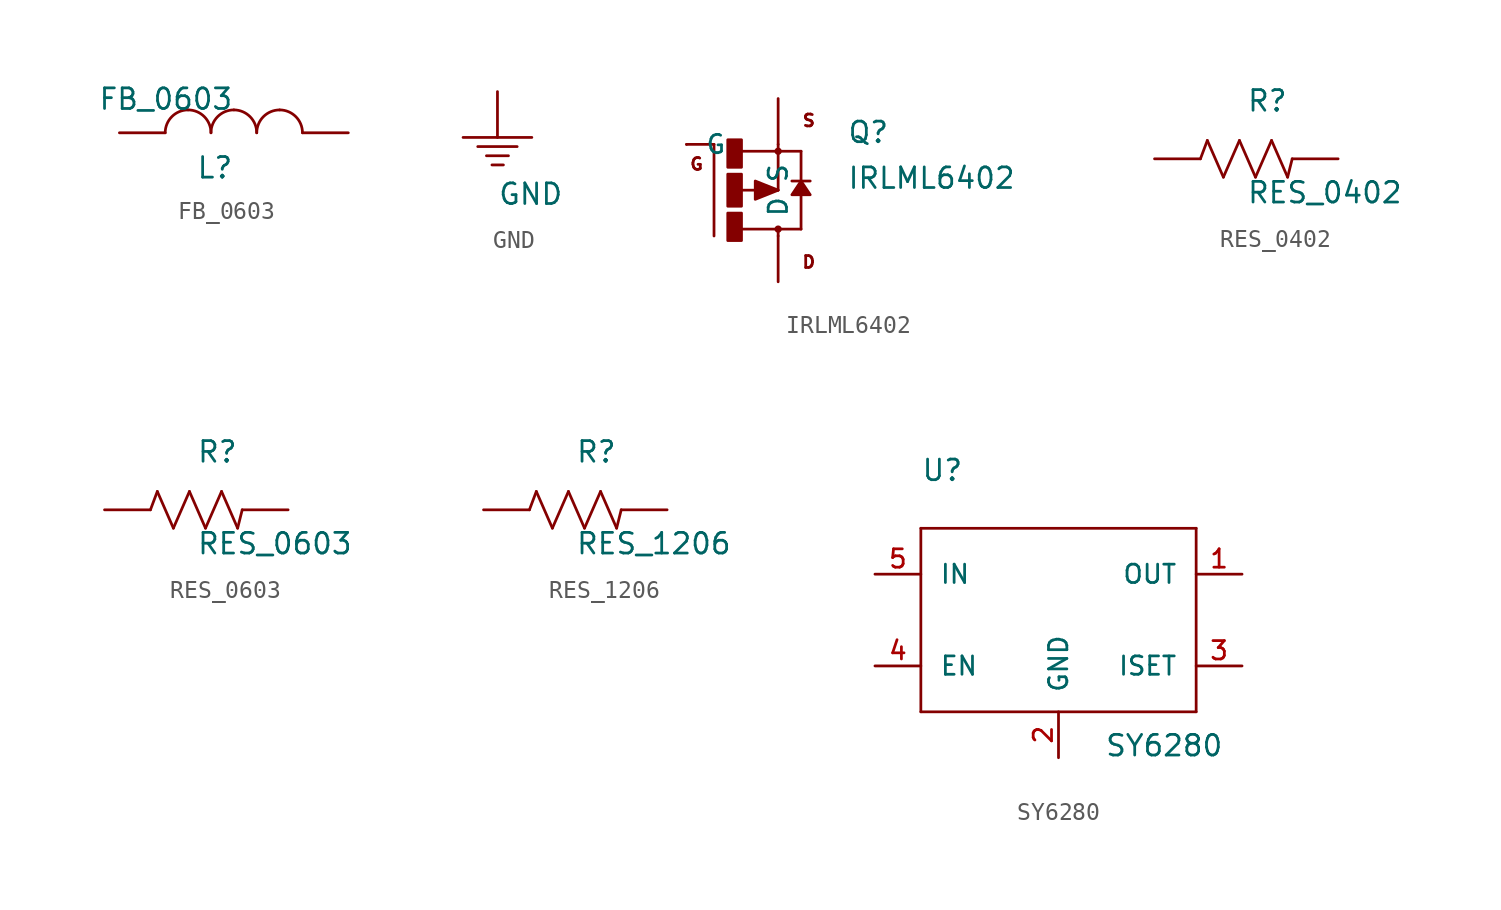
<source format=kicad_sym>
(kicad_symbol_lib
  (version 20211014)
  (generator kicad_symbol_editor)
  (symbol "FB_0603"
    (pin_numbers hide)
    (pin_names
      (offset 1.016) hide)
    (property "Reference" "L"
      (at 1.27 -1.27 0)
      (effects (font (size 1.143 1.143)) (justify right top)))
    (property "Value" "FB_0603"
      (at 1.27 2.54 0)
      (effects (font (size 1.143 1.143)) (justify right top)))
    (property "ki_locked" ""
      (at 0 0 0)
      (effects (font (size 1.27 1.27))))
    (symbol "FB_0603_1_1"
      (arc (start -1.27 1.27) (mid -2.168 0.898) (end -2.54 0) (stroke (width 0) (type default) (color 0 0 0 0)) (fill (type none)))
      (arc (start 0 0) (mid -0.372 0.898) (end -1.27 1.27) (stroke (width 0) (type default) (color 0 0 0 0)) (fill (type none)))
      (arc (start 1.27 1.27) (mid 0.372 0.898) (end 0 0) (stroke (width 0) (type default) (color 0 0 0 0)) (fill (type none)))
      (arc (start 2.54 0) (mid 2.168 0.898) (end 1.27 1.27) (stroke (width 0) (type default) (color 0 0 0 0)) (fill (type none)))
      (arc (start 3.81 1.27) (mid 2.912 0.898) (end 2.54 0) (stroke (width 0) (type default) (color 0 0 0 0)) (fill (type none)))
      (arc (start 5.08 0) (mid 4.708 0.898) (end 3.81 1.27) (stroke (width 0) (type default) (color 0 0 0 0)) (fill (type none)))
      (pin passive line (at -5.08 0 0) (length 2.54) (name "1" (effects (font (size 1.016 1.016)))) (number "1" (effects (font (size 1.016 1.016)))))
      (pin passive line (at 7.62 0 180) (length 2.54) (name "2" (effects (font (size 1.016 1.016)))) (number "2" (effects (font (size 1.016 1.016)))))))
  (symbol "GND"
    (power)
    (pin_numbers hide)
    (pin_names
      (offset 1.016) hide)
    (property "Reference" "#SUPPLY"
      (at 0 0 0)
      (effects (font (size 1.143 1.143)) (justify left bottom) hide))
    (property "Value" "GND"
      (at 0 -6.35 0)
      (effects (font (size 1.143 1.143)) (justify left bottom)))
    (property "ki_locked" ""
      (at 0 0 0)
      (effects (font (size 1.27 1.27))))
    (symbol "GND_1_0"
      (polyline (pts (xy -1.905 -2.54) (xy 1.905 -2.54)) (stroke (width 0) (type default) (color 0 0 0 0)) (fill (type none)))
      (polyline (pts (xy -1.092 -3.048) (xy 1.092 -3.048)) (stroke (width 0) (type default) (color 0 0 0 0)) (fill (type none)))
      (polyline (pts (xy -0.61 -3.556) (xy 0.61 -3.556)) (stroke (width 0) (type default) (color 0 0 0 0)) (fill (type none)))
      (polyline (pts (xy -0.305 -4.064) (xy 0.33 -4.064)) (stroke (width 0) (type default) (color 0 0 0 0)) (fill (type none)))
      (polyline (pts (xy 0 0) (xy 0 -2.54)) (stroke (width 0) (type default) (color 0 0 0 0)) (fill (type none))))
    (symbol "GND_1_1"
      (pin power_in line (at 0 0 270) (length 2.54) hide (name "GND" (effects (font (size 1.016 1.016)))) (number "~" (effects (font (size 1.016 1.016)))))))
  (symbol "IRLML6402"
    (pin_numbers hide)
    (pin_names
      (offset 1.016))
    (property "Reference" "Q"
      (at 3.81 2.54 0)
      (effects (font (size 1.143 1.143)) (justify left bottom)))
    (property "Value" "IRLML6402"
      (at 3.81 0 0)
      (effects (font (size 1.143 1.143)) (justify left bottom)))
    (property "ki_locked" ""
      (at 0 0 0)
      (effects (font (size 1.27 1.27))))
    (symbol "IRLML6402_1_0"
      (polyline (pts (xy -3.556 -2.54) (xy -3.556 2.54)) (stroke (width 0) (type default) (color 0 0 0 0)) (fill (type none)))
      (polyline (pts (xy -3.556 2.54) (xy -5.08 2.54)) (stroke (width 0) (type default) (color 0 0 0 0)) (fill (type none)))
      (polyline (pts (xy -2.159 0) (xy 0 0)) (stroke (width 0) (type default) (color 0 0 0 0)) (fill (type none)))
      (polyline (pts (xy -2.032 -2.159) (xy 0 -2.159)) (stroke (width 0) (type default) (color 0 0 0 0)) (fill (type none)))
      (polyline (pts (xy 0 -2.159) (xy 0 -2.54)) (stroke (width 0) (type default) (color 0 0 0 0)) (fill (type none)))
      (polyline (pts (xy 0 0) (xy 0 2.159)) (stroke (width 0) (type default) (color 0 0 0 0)) (fill (type none)))
      (polyline (pts (xy 0 2.159) (xy -2.007 2.159)) (stroke (width 0) (type default) (color 0 0 0 0)) (fill (type none)))
      (polyline (pts (xy 0 2.54) (xy 0 2.159)) (stroke (width 0) (type default) (color 0 0 0 0)) (fill (type none)))
      (polyline (pts (xy 0.762 0.508) (xy 1.27 0.508)) (stroke (width 0) (type default) (color 0 0 0 0)) (fill (type none)))
      (polyline (pts (xy 1.27 -2.159) (xy 0 -2.159)) (stroke (width 0) (type default) (color 0 0 0 0)) (fill (type none)))
      (polyline (pts (xy 1.27 -2.159) (xy 1.27 -0.127)) (stroke (width 0) (type default) (color 0 0 0 0)) (fill (type none)))
      (polyline (pts (xy 1.27 0.508) (xy 1.27 2.159)) (stroke (width 0) (type default) (color 0 0 0 0)) (fill (type none)))
      (polyline (pts (xy 1.27 0.508) (xy 1.778 0.508)) (stroke (width 0) (type default) (color 0 0 0 0)) (fill (type none)))
      (polyline (pts (xy 1.27 2.159) (xy 0 2.159)) (stroke (width 0) (type default) (color 0 0 0 0)) (fill (type none)))
      (text "D" (at 1.702 -3.988 0) (effects (font (size 0.66 0.66))))
      (text "G" (at -4.521 1.448 0) (effects (font (size 0.66 0.66))))
      (text "S" (at 1.702 3.861 0) (effects (font (size 0.66 0.66)))))
    (symbol "IRLML6402_1_1"
      (rectangle (start -2.794 -2.794) (end -2.032 -1.27) (stroke (width 0) (type default) (color 0 0 0 0)) (fill (type outline)))
      (rectangle (start -2.794 -0.889) (end -2.032 0.889) (stroke (width 0) (type default) (color 0 0 0 0)) (fill (type outline)))
      (rectangle (start -2.794 1.27) (end -2.032 2.794) (stroke (width 0) (type default) (color 0 0 0 0)) (fill (type outline)))
      (circle (center 0 -2.159) (radius 0.127) (stroke (width 0) (type default) (color 0 0 0 0)) (fill (type outline)))
      (polyline (pts (xy 0 0) (xy -1.27 0.508) (xy -1.27 0.508) (xy -1.27 -0.508) (xy -1.27 -0.508) (xy 0 0)) (stroke (width 0) (type default) (color 0 0 0 0)) (fill (type outline)))
      (polyline (pts (xy 1.27 0.508) (xy 0.762 -0.254) (xy 0.762 -0.254) (xy 1.778 -0.254) (xy 1.778 -0.254) (xy 1.27 0.508)) (stroke (width 0) (type default) (color 0 0 0 0)) (fill (type outline)))
      (circle (center 0 2.159) (radius 0.127) (stroke (width 0) (type default) (color 0 0 0 0)) (fill (type outline)))
      (pin passive line (at -5.08 2.54 0) (length 0) (name "G" (effects (font (size 1.016 1.016)))) (number "1" (effects (font (size 1.016 1.016)))))
      (pin passive line (at 0 5.08 270) (length 2.54) (name "S" (effects (font (size 1.016 1.016)))) (number "2" (effects (font (size 1.016 1.016)))))
      (pin passive line (at 0 -5.08 90) (length 2.54) (name "D" (effects (font (size 1.016 1.016)))) (number "3" (effects (font (size 1.016 1.016)))))))
  (symbol "RES_0402"
    (pin_numbers hide)
    (pin_names
      (offset 1.016) hide)
    (property "Reference" "R"
      (at 0 2.54 0)
      (effects (font (size 1.143 1.143)) (justify left bottom)))
    (property "Value" "RES_0402"
      (at 0 -2.54 0)
      (effects (font (size 1.143 1.143)) (justify left bottom)))
    (property "ki_locked" ""
      (at 0 0 0)
      (effects (font (size 1.27 1.27))))
    (symbol "RES_0402_1_0"
      (polyline (pts (xy -2.54 0) (xy -2.159 1.016)) (stroke (width 0) (type default) (color 0 0 0 0)) (fill (type none)))
      (polyline (pts (xy -2.159 1.016) (xy -1.27 -1.016)) (stroke (width 0) (type default) (color 0 0 0 0)) (fill (type none)))
      (polyline (pts (xy -1.27 -1.016) (xy -0.381 1.016)) (stroke (width 0) (type default) (color 0 0 0 0)) (fill (type none)))
      (polyline (pts (xy -0.381 1.016) (xy 0.508 -1.016)) (stroke (width 0) (type default) (color 0 0 0 0)) (fill (type none)))
      (polyline (pts (xy 0.508 -1.016) (xy 1.397 1.016)) (stroke (width 0) (type default) (color 0 0 0 0)) (fill (type none)))
      (polyline (pts (xy 1.397 1.016) (xy 2.286 -1.016)) (stroke (width 0) (type default) (color 0 0 0 0)) (fill (type none)))
      (polyline (pts (xy 2.286 -1.016) (xy 2.54 0)) (stroke (width 0) (type default) (color 0 0 0 0)) (fill (type none))))
    (symbol "RES_0402_1_1"
      (pin passive line (at -5.08 0 0) (length 2.54) (name "1" (effects (font (size 1.016 1.016)))) (number "1" (effects (font (size 1.016 1.016)))))
      (pin passive line (at 5.08 0 180) (length 2.54) (name "2" (effects (font (size 1.016 1.016)))) (number "2" (effects (font (size 1.016 1.016)))))))
  (symbol "RES_0603"
    (pin_numbers hide)
    (pin_names
      (offset 1.016) hide)
    (property "Reference" "R"
      (at 0 2.54 0)
      (effects (font (size 1.143 1.143)) (justify left bottom)))
    (property "Value" "RES_0603"
      (at 0 -2.54 0)
      (effects (font (size 1.143 1.143)) (justify left bottom)))
    (property "ki_locked" ""
      (at 0 0 0)
      (effects (font (size 1.27 1.27))))
    (symbol "RES_0603_1_0"
      (polyline (pts (xy -2.54 0) (xy -2.159 1.016)) (stroke (width 0) (type default) (color 0 0 0 0)) (fill (type none)))
      (polyline (pts (xy -2.159 1.016) (xy -1.27 -1.016)) (stroke (width 0) (type default) (color 0 0 0 0)) (fill (type none)))
      (polyline (pts (xy -1.27 -1.016) (xy -0.381 1.016)) (stroke (width 0) (type default) (color 0 0 0 0)) (fill (type none)))
      (polyline (pts (xy -0.381 1.016) (xy 0.508 -1.016)) (stroke (width 0) (type default) (color 0 0 0 0)) (fill (type none)))
      (polyline (pts (xy 0.508 -1.016) (xy 1.397 1.016)) (stroke (width 0) (type default) (color 0 0 0 0)) (fill (type none)))
      (polyline (pts (xy 1.397 1.016) (xy 2.286 -1.016)) (stroke (width 0) (type default) (color 0 0 0 0)) (fill (type none)))
      (polyline (pts (xy 2.286 -1.016) (xy 2.54 0)) (stroke (width 0) (type default) (color 0 0 0 0)) (fill (type none))))
    (symbol "RES_0603_1_1"
      (pin passive line (at -5.08 0 0) (length 2.54) (name "1" (effects (font (size 1.016 1.016)))) (number "1" (effects (font (size 1.016 1.016)))))
      (pin passive line (at 5.08 0 180) (length 2.54) (name "2" (effects (font (size 1.016 1.016)))) (number "2" (effects (font (size 1.016 1.016)))))))
  (symbol "RES_1206"
    (pin_numbers hide)
    (pin_names
      (offset 1.016) hide)
    (property "Reference" "R"
      (at 0 2.54 0)
      (effects (font (size 1.143 1.143)) (justify left bottom)))
    (property "Value" "RES_1206"
      (at 0 -2.54 0)
      (effects (font (size 1.143 1.143)) (justify left bottom)))
    (property "ki_locked" ""
      (at 0 0 0)
      (effects (font (size 1.27 1.27))))
    (symbol "RES_1206_1_0"
      (polyline (pts (xy -2.54 0) (xy -2.159 1.016)) (stroke (width 0) (type default) (color 0 0 0 0)) (fill (type none)))
      (polyline (pts (xy -2.159 1.016) (xy -1.27 -1.016)) (stroke (width 0) (type default) (color 0 0 0 0)) (fill (type none)))
      (polyline (pts (xy -1.27 -1.016) (xy -0.381 1.016)) (stroke (width 0) (type default) (color 0 0 0 0)) (fill (type none)))
      (polyline (pts (xy -0.381 1.016) (xy 0.508 -1.016)) (stroke (width 0) (type default) (color 0 0 0 0)) (fill (type none)))
      (polyline (pts (xy 0.508 -1.016) (xy 1.397 1.016)) (stroke (width 0) (type default) (color 0 0 0 0)) (fill (type none)))
      (polyline (pts (xy 1.397 1.016) (xy 2.286 -1.016)) (stroke (width 0) (type default) (color 0 0 0 0)) (fill (type none)))
      (polyline (pts (xy 2.286 -1.016) (xy 2.54 0)) (stroke (width 0) (type default) (color 0 0 0 0)) (fill (type none))))
    (symbol "RES_1206_1_1"
      (pin passive line (at -5.08 0 0) (length 2.54) (name "1" (effects (font (size 1.016 1.016)))) (number "1" (effects (font (size 1.016 1.016)))))
      (pin passive line (at 5.08 0 180) (length 2.54) (name "2" (effects (font (size 1.016 1.016)))) (number "2" (effects (font (size 1.016 1.016)))))))
  (symbol "SY6280"
    (pin_names
      (offset 1.016))
    (property "Reference" "U"
      (at -10.16 7.62 0)
      (effects (font (size 1.143 1.143)) (justify left bottom)))
    (property "Value" "SY6280"
      (at 0 -7.62 0)
      (effects (font (size 1.143 1.143)) (justify left bottom)))
    (property "ki_locked" ""
      (at 0 0 0)
      (effects (font (size 1.27 1.27))))
    (symbol "SY6280_1_0"
      (polyline (pts (xy -10.16 -5.08) (xy -10.16 5.08)) (stroke (width 0) (type default) (color 0 0 0 0)) (fill (type none)))
      (polyline (pts (xy -10.16 5.08) (xy 5.08 5.08)) (stroke (width 0) (type default) (color 0 0 0 0)) (fill (type none)))
      (polyline (pts (xy 5.08 -5.08) (xy -10.16 -5.08)) (stroke (width 0) (type default) (color 0 0 0 0)) (fill (type none)))
      (polyline (pts (xy 5.08 5.08) (xy 5.08 -5.08)) (stroke (width 0) (type default) (color 0 0 0 0)) (fill (type none))))
    (symbol "SY6280_1_1"
      (pin power_out line (at 7.62 2.54 180) (length 2.54) (name "OUT" (effects (font (size 1.016 1.016)))) (number "1" (effects (font (size 1.016 1.016)))))
      (pin power_in line (at -2.54 -7.62 90) (length 2.54) (name "GND" (effects (font (size 1.016 1.016)))) (number "2" (effects (font (size 1.016 1.016)))))
      (pin passive line (at 7.62 -2.54 180) (length 2.54) (name "ISET" (effects (font (size 1.016 1.016)))) (number "3" (effects (font (size 1.016 1.016)))))
      (pin input line (at -12.7 -2.54 0) (length 2.54) (name "EN" (effects (font (size 1.016 1.016)))) (number "4" (effects (font (size 1.016 1.016)))))
      (pin power_in line (at -12.7 2.54 0) (length 2.54) (name "IN" (effects (font (size 1.016 1.016)))) (number "5" (effects (font (size 1.016 1.016))))))))
</source>
